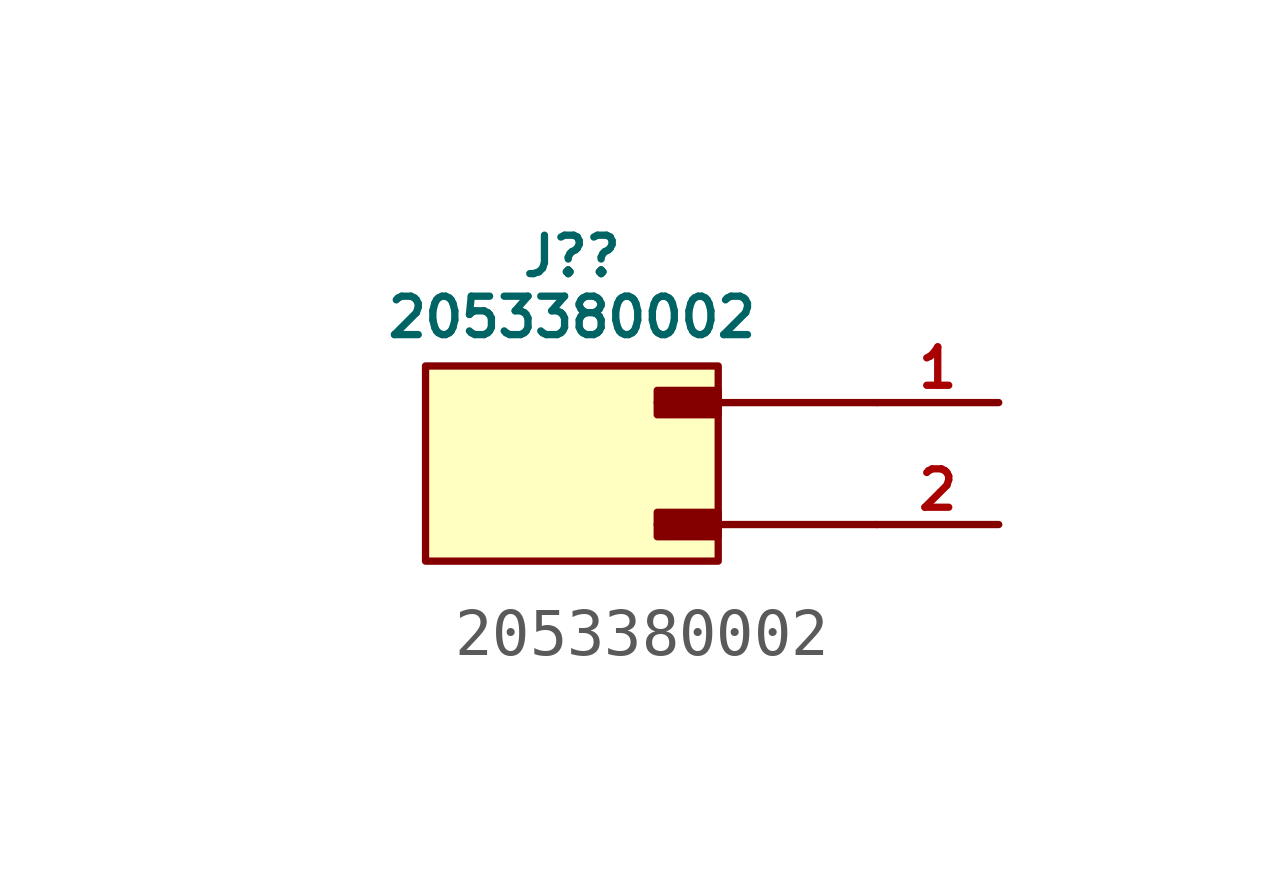
<source format=kicad_sym>
(kicad_symbol_lib
  (version 20231120)
  (generator "kicad_symbol_editor")
  (generator_version "8.0")
  (symbol "2053380002"
    (pin_names
      (offset 0))
    (property "Reference" "J?"
      (at 0 4.318 0)
      (do_not_autoplace)
      (effects (font (size 0.8 0.8))))
    (property "Value" "2053380002"
      (at 0 3.048 0)
      (do_not_autoplace)
      (effects (font (size 0.8 0.8))))
    (symbol "2053380002_1_1"
      (rectangle (start -3.048 2.032) (end 3.048 -2.032) (stroke (width 0) (type default)) (fill (type background)))
      (polyline (pts (xy 1.778 -1.27) (xy 6.35 -1.27)) (stroke (width 0) (type solid)) (fill (type none)))
      (polyline (pts (xy 1.778 1.27) (xy 6.35 1.27)) (stroke (width 0) (type solid)) (fill (type none)))
      (rectangle (start 1.778 -1.016) (end 3.048 -1.524) (stroke (width 0) (type solid)) (fill (type outline)))
      (rectangle (start 1.778 1.524) (end 3.048 1.016) (stroke (width 0) (type solid)) (fill (type outline)))
      (pin passive line (at 8.89 1.27 180) (length 2.54) (name "" (effects (font (size 0.8 0.8)))) (number "1" (effects (font (size 0.8 0.8)))))
      (pin passive line (at 8.89 -1.27 180) (length 2.54) (name "" (effects (font (size 0.8 0.8)))) (number "2" (effects (font (size 0.8 0.8)))))
      (pin no_connect line (at -6.35 1.27 0) (length 2.54) hide (name "MNTF" (effects (font (size 0.8 0.8)))) (number "3" (effects (font (size 0.8 0.8)))))
      (pin no_connect line (at -6.35 -1.27 0) (length 2.54) hide (name "MNTS" (effects (font (size 0.8 0.8)))) (number "4" (effects (font (size 0.8 0.8))))))))
</source>
